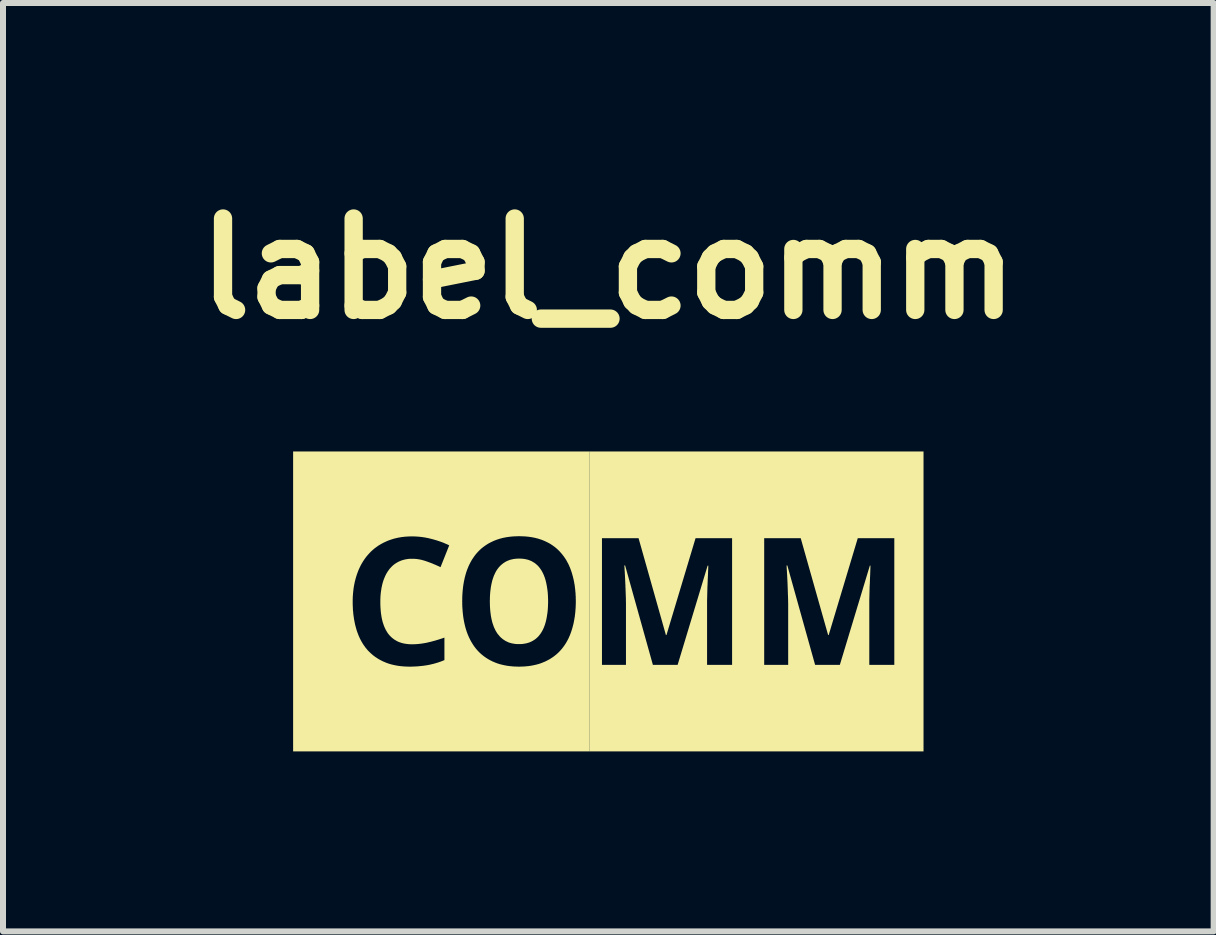
<source format=kicad_pcb>
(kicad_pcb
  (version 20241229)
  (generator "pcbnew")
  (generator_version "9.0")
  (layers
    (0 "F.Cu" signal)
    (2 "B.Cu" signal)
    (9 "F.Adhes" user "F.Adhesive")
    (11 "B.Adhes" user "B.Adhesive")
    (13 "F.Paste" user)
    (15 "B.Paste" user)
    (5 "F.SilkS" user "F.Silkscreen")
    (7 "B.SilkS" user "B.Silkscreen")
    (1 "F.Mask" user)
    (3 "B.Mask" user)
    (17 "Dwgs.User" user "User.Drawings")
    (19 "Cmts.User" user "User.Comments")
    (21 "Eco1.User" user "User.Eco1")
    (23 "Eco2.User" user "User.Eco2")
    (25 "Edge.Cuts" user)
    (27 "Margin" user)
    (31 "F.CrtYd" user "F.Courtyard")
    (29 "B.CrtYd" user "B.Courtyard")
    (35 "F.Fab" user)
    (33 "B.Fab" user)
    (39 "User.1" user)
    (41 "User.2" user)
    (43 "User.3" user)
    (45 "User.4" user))
  (footprint "label_comm"
    (layer "F.Cu")
    (at 7.09 6.975)
    (property "Reference" "label_comm" (at 0 -5.548 0) (layer "F.SilkS") (effects (font (size 1.524 1.524) (thickness 0.305))))
    (attr smd)
    (fp_poly (pts (xy -0.318 -2.5) (xy -0.106 -1.054) (xy 0.504 -1.054) (xy 0.96 0.561) (xy 0.969 0.561) (xy 1.454 -1.054) (xy 2.063 -1.054) (xy 2.063 1.058) (xy 1.646 1.058) (xy 1.646 0.058) (xy 1.646 -0.027) (xy 1.647 -0.039) (xy 1.647 -0.051) (xy 1.647 -0.063) (xy 1.648 -0.076) (xy 1.648 -0.089) (xy 1.648 -0.102) (xy 1.649 -0.115) (xy 1.649 -0.128) (xy 1.649 -0.142) (xy 1.65 -0.155) (xy 1.65 -0.168) (xy 1.65 -0.182) (xy 1.651 -0.195) (xy 1.651 -0.209) (xy 1.651 -0.223) (xy 1.652 -0.236) (xy 1.652 -0.25) (xy 1.653 -0.263) (xy 1.654 -0.277) (xy 1.654 -0.29) (xy 1.655 -0.304) (xy 1.655 -0.317) (xy 1.656 -0.33) (xy 1.656 -0.343) (xy 1.657 -0.357) (xy 1.657 -0.37) (xy 1.658 -0.384) (xy 1.659 -0.398) (xy 1.659 -0.411) (xy 1.66 -0.425) (xy 1.661 -0.439) (xy 1.661 -0.453) (xy 1.662 -0.467) (xy 1.662 -0.481) (xy 1.663 -0.495) (xy 1.663 -0.51) (xy 1.664 -0.524) (xy 1.665 -0.538) (xy 1.665 -0.553) (xy 1.666 -0.567) (xy 1.666 -0.582) (xy 1.667 -0.596) (xy 1.655 -0.596) (xy 1.155 1.058) (xy 0.743 1.058) (xy 0.28 -0.599) (xy 0.267 -0.599) (xy 0.268 -0.585) (xy 0.269 -0.571) (xy 0.27 -0.557) (xy 0.271 -0.543) (xy 0.271 -0.529) (xy 0.272 -0.516) (xy 0.273 -0.502) (xy 0.274 -0.488) (xy 0.275 -0.475) (xy 0.275 -0.461) (xy 0.276 -0.448) (xy 0.277 -0.434) (xy 0.278 -0.421) (xy 0.278 -0.408) (xy 0.279 -0.394) (xy 0.28 -0.381) (xy 0.28 -0.368) (xy 0.281 -0.355) (xy 0.281 -0.341) (xy 0.282 -0.328) (xy 0.283 -0.315) (xy 0.283 -0.301) (xy 0.284 -0.287) (xy 0.285 -0.274) (xy 0.285 -0.26) (xy 0.285 -0.246) (xy 0.286 -0.232) (xy 0.287 -0.218) (xy 0.287 -0.204) (xy 0.288 -0.19) (xy 0.288 -0.176) (xy 0.289 -0.162) (xy 0.289 -0.148) (xy 0.29 -0.135) (xy 0.29 -0.121) (xy 0.291 -0.107) (xy 0.291 -0.094) (xy 0.292 -0.08) (xy 0.292 -0.067) (xy 0.293 -0.054) (xy 0.293 -0.041) (xy 0.293 -0.028) (xy 0.293 -0.015) (xy 0.293 -0.001) (xy 0.294 0.013) (xy 0.294 0.026) (xy 0.294 0.039) (xy 0.294 0.052) (xy 0.294 0.064) (xy 0.294 0.076) (xy 0.294 1.058) (xy -0.106 1.058) (xy -0.106 -1.054) (xy -0.106 -1.054) (xy -0.318 -2.5) (xy 2.598 -1.054) (xy 3.207 -1.054) (xy 3.664 0.561) (xy 3.673 0.561) (xy 4.158 -1.054) (xy 4.767 -1.054) (xy 4.767 1.058) (xy 4.35 1.058) (xy 4.35 0.058) (xy 4.35 -0.027) (xy 4.35 -0.039) (xy 4.351 -0.051) (xy 4.351 -0.063) (xy 4.351 -0.076) (xy 4.352 -0.089) (xy 4.352 -0.102) (xy 4.352 -0.115) (xy 4.353 -0.128) (xy 4.353 -0.142) (xy 4.353 -0.155) (xy 4.354 -0.168) (xy 4.354 -0.182) (xy 4.354 -0.195) (xy 4.355 -0.209) (xy 4.355 -0.223) (xy 4.355 -0.236) (xy 4.356 -0.25) (xy 4.357 -0.263) (xy 4.357 -0.277) (xy 4.358 -0.29) (xy 4.359 -0.304) (xy 4.359 -0.317) (xy 4.36 -0.33) (xy 4.36 -0.343) (xy 4.361 -0.357) (xy 4.361 -0.37) (xy 4.362 -0.384) (xy 4.362 -0.398) (xy 4.363 -0.411) (xy 4.364 -0.425) (xy 4.364 -0.439) (xy 4.365 -0.453) (xy 4.365 -0.467) (xy 4.366 -0.481) (xy 4.366 -0.495) (xy 4.367 -0.51) (xy 4.367 -0.524) (xy 4.368 -0.538) (xy 4.368 -0.553) (xy 4.369 -0.567) (xy 4.369 -0.582) (xy 4.37 -0.596) (xy 4.359 -0.596) (xy 3.859 1.058) (xy 3.447 1.058) (xy 2.984 -0.599) (xy 2.971 -0.599) (xy 2.972 -0.585) (xy 2.973 -0.571) (xy 2.973 -0.557) (xy 2.974 -0.543) (xy 2.975 -0.529) (xy 2.976 -0.516) (xy 2.977 -0.502) (xy 2.978 -0.488) (xy 2.978 -0.475) (xy 2.979 -0.461) (xy 2.98 -0.448) (xy 2.981 -0.434) (xy 2.981 -0.421) (xy 2.982 -0.408) (xy 2.983 -0.394) (xy 2.983 -0.381) (xy 2.984 -0.368) (xy 2.985 -0.355) (xy 2.985 -0.341) (xy 2.986 -0.328) (xy 2.987 -0.315) (xy 2.987 -0.301) (xy 2.988 -0.287) (xy 2.988 -0.274) (xy 2.989 -0.26) (xy 2.989 -0.246) (xy 2.99 -0.232) (xy 2.99 -0.218) (xy 2.991 -0.204) (xy 2.991 -0.19) (xy 2.992 -0.176) (xy 2.992 -0.162) (xy 2.993 -0.148) (xy 2.993 -0.135) (xy 2.993 -0.121) (xy 2.994 -0.107) (xy 2.995 -0.094) (xy 2.995 -0.08) (xy 2.996 -0.067) (xy 2.996 -0.054) (xy 2.996 -0.041) (xy 2.997 -0.028) (xy 2.997 -0.015) (xy 2.997 -0.001) (xy 2.997 0.013) (xy 2.998 0.026) (xy 2.998 0.039) (xy 2.998 0.052) (xy 2.998 0.064) (xy 2.998 0.076) (xy 2.998 1.058) (xy 2.598 1.058) (xy 2.598 -1.054) (xy 2.598 -1.054) (xy -0.318 -2.5) (xy -0.318 2.5) (xy 5.254 2.5) (xy 5.254 -2.5) (xy -0.318 -2.5)) (stroke (width 0) (type solid)) (fill yes) (layer "F.SilkS"))
    (fp_poly (pts (xy -1.486 -0.714) (xy -1.501 -0.714) (xy -1.515 -0.713) (xy -1.53 -0.713) (xy -1.544 -0.711) (xy -1.557 -0.71) (xy -1.571 -0.708) (xy -1.584 -0.706) (xy -1.597 -0.703) (xy -1.61 -0.7) (xy -1.623 -0.697) (xy -1.635 -0.694) (xy -1.647 -0.69) (xy -1.659 -0.685) (xy -1.671 -0.681) (xy -1.682 -0.676) (xy -1.694 -0.671) (xy -1.705 -0.665) (xy -1.716 -0.659) (xy -1.727 -0.652) (xy -1.738 -0.645) (xy -1.749 -0.638) (xy -1.759 -0.63) (xy -1.77 -0.622) (xy -1.779 -0.614) (xy -1.789 -0.605) (xy -1.799 -0.596) (xy -1.808 -0.587) (xy -1.817 -0.577) (xy -1.826 -0.567) (xy -1.834 -0.557) (xy -1.842 -0.546) (xy -1.85 -0.535) (xy -1.858 -0.524) (xy -1.864 -0.514) (xy -1.871 -0.503) (xy -1.877 -0.492) (xy -1.883 -0.481) (xy -1.888 -0.469) (xy -1.894 -0.458) (xy -1.899 -0.446) (xy -1.905 -0.434) (xy -1.91 -0.421) (xy -1.914 -0.409) (xy -1.919 -0.396) (xy -1.923 -0.383) (xy -1.928 -0.369) (xy -1.932 -0.356) (xy -1.936 -0.342) (xy -1.939 -0.328) (xy -1.943 -0.313) (xy -1.946 -0.298) (xy -1.949 -0.286) (xy -1.951 -0.274) (xy -1.953 -0.262) (xy -1.956 -0.25) (xy -1.958 -0.237) (xy -1.96 -0.224) (xy -1.961 -0.211) (xy -1.963 -0.198) (xy -1.965 -0.185) (xy -1.966 -0.172) (xy -1.968 -0.158) (xy -1.969 -0.145) (xy -1.97 -0.131) (xy -1.971 -0.117) (xy -1.972 -0.103) (xy -1.973 -0.089) (xy -1.973 -0.075) (xy -1.974 -0.06) (xy -1.974 -0.045) (xy -1.974 -0.031) (xy -1.975 -0.016) (xy -1.975 -0.001) (xy -1.975 0.014) (xy -1.974 0.029) (xy -1.974 0.044) (xy -1.974 0.058) (xy -1.973 0.073) (xy -1.973 0.087) (xy -1.972 0.101) (xy -1.971 0.116) (xy -1.97 0.129) (xy -1.969 0.143) (xy -1.968 0.157) (xy -1.966 0.17) (xy -1.965 0.184) (xy -1.963 0.197) (xy -1.961 0.21) (xy -1.96 0.223) (xy -1.958 0.236) (xy -1.956 0.249) (xy -1.953 0.261) (xy -1.951 0.274) (xy -1.949 0.286) (xy -1.946 0.298) (xy -1.943 0.312) (xy -1.939 0.327) (xy -1.936 0.341) (xy -1.932 0.354) (xy -1.928 0.368) (xy -1.923 0.381) (xy -1.919 0.394) (xy -1.914 0.407) (xy -1.91 0.42) (xy -1.905 0.432) (xy -1.899 0.444) (xy -1.894 0.456) (xy -1.888 0.467) (xy -1.883 0.479) (xy -1.877 0.49) (xy -1.871 0.501) (xy -1.864 0.511) (xy -1.858 0.522) (xy -1.85 0.534) (xy -1.841 0.545) (xy -1.832 0.556) (xy -1.823 0.567) (xy -1.814 0.578) (xy -1.805 0.588) (xy -1.795 0.598) (xy -1.785 0.607) (xy -1.774 0.616) (xy -1.764 0.625) (xy -1.753 0.633) (xy -1.741 0.641) (xy -1.73 0.648) (xy -1.718 0.656) (xy -1.706 0.662) (xy -1.695 0.668) (xy -1.684 0.673) (xy -1.673 0.678) (xy -1.662 0.683) (xy -1.65 0.687) (xy -1.638 0.691) (xy -1.625 0.694) (xy -1.613 0.698) (xy -1.6 0.7) (xy -1.587 0.703) (xy -1.574 0.705) (xy -1.561 0.707) (xy -1.547 0.709) (xy -1.533 0.71) (xy -1.519 0.711) (xy -1.504 0.711) (xy -1.49 0.711) (xy -1.475 0.711) (xy -1.46 0.711) (xy -1.445 0.71) (xy -1.431 0.709) (xy -1.417 0.707) (xy -1.403 0.705) (xy -1.39 0.703) (xy -1.377 0.7) (xy -1.364 0.698) (xy -1.351 0.694) (xy -1.339 0.691) (xy -1.327 0.687) (xy -1.315 0.683) (xy -1.303 0.678) (xy -1.292 0.673) (xy -1.281 0.668) (xy -1.27 0.662) (xy -1.258 0.656) (xy -1.246 0.648) (xy -1.234 0.641) (xy -1.223 0.633) (xy -1.212 0.625) (xy -1.201 0.616) (xy -1.191 0.607) (xy -1.181 0.598) (xy -1.171 0.588) (xy -1.162 0.578) (xy -1.153 0.567) (xy -1.144 0.556) (xy -1.136 0.545) (xy -1.128 0.534) (xy -1.12 0.522) (xy -1.113 0.511) (xy -1.107 0.501) (xy -1.101 0.49) (xy -1.095 0.479) (xy -1.089 0.467) (xy -1.084 0.456) (xy -1.079 0.444) (xy -1.073 0.432) (xy -1.069 0.42) (xy -1.064 0.407) (xy -1.059 0.394) (xy -1.055 0.381) (xy -1.051 0.368) (xy -1.047 0.354) (xy -1.043 0.341) (xy -1.04 0.327) (xy -1.036 0.312) (xy -1.033 0.298) (xy -1.031 0.286) (xy -1.028 0.274) (xy -1.026 0.261) (xy -1.024 0.249) (xy -1.022 0.236) (xy -1.02 0.223) (xy -1.018 0.21) (xy -1.016 0.197) (xy -1.014 0.184) (xy -1.013 0.17) (xy -1.011 0.157) (xy -1.01 0.143) (xy -1.009 0.129) (xy -1.008 0.116) (xy -1.007 0.101) (xy -1.006 0.087) (xy -1.006 0.073) (xy -1.005 0.058) (xy -1.005 0.044) (xy -1.004 0.029) (xy -1.004 0.014) (xy -1.004 -0.001) (xy -1.004 -0.016) (xy -1.004 -0.031) (xy -1.005 -0.045) (xy -1.005 -0.06) (xy -1.006 -0.075) (xy -1.006 -0.089) (xy -1.007 -0.103) (xy -1.008 -0.117) (xy -1.009 -0.131) (xy -1.01 -0.145) (xy -1.011 -0.158) (xy -1.013 -0.172) (xy -1.014 -0.185) (xy -1.016 -0.198) (xy -1.018 -0.211) (xy -1.02 -0.224) (xy -1.022 -0.237) (xy -1.024 -0.25) (xy -1.026 -0.262) (xy -1.028 -0.274) (xy -1.031 -0.286) (xy -1.033 -0.298) (xy -1.036 -0.313) (xy -1.04 -0.328) (xy -1.043 -0.342) (xy -1.047 -0.356) (xy -1.051 -0.369) (xy -1.055 -0.383) (xy -1.059 -0.396) (xy -1.064 -0.409) (xy -1.069 -0.421) (xy -1.073 -0.434) (xy -1.079 -0.446) (xy -1.084 -0.458) (xy -1.089 -0.469) (xy -1.095 -0.481) (xy -1.101 -0.492) (xy -1.107 -0.503) (xy -1.113 -0.514) (xy -1.12 -0.524) (xy -1.128 -0.536) (xy -1.136 -0.548) (xy -1.144 -0.559) (xy -1.153 -0.57) (xy -1.162 -0.581) (xy -1.171 -0.591) (xy -1.181 -0.601) (xy -1.191 -0.61) (xy -1.201 -0.619) (xy -1.212 -0.628) (xy -1.222 -0.636) (xy -1.234 -0.644) (xy -1.245 -0.651) (xy -1.257 -0.658) (xy -1.269 -0.665) (xy -1.279 -0.671) (xy -1.291 -0.676) (xy -1.302 -0.681) (xy -1.313 -0.685) (xy -1.325 -0.69) (xy -1.337 -0.694) (xy -1.35 -0.697) (xy -1.362 -0.7) (xy -1.375 -0.703) (xy -1.388 -0.706) (xy -1.401 -0.708) (xy -1.415 -0.71) (xy -1.429 -0.711) (xy -1.443 -0.713) (xy -1.457 -0.713) (xy -1.472 -0.714) (xy -1.486 -0.714)) (stroke (width 0) (type solid)) (fill yes) (layer "F.SilkS"))
    (fp_poly (pts (xy -3.27 -1.084) (xy -1.486 -1.087) (xy -1.471 -1.087) (xy -1.455 -1.086) (xy -1.44 -1.086) (xy -1.425 -1.085) (xy -1.41 -1.085) (xy -1.395 -1.084) (xy -1.38 -1.083) (xy -1.365 -1.082) (xy -1.351 -1.08) (xy -1.337 -1.079) (xy -1.322 -1.077) (xy -1.308 -1.075) (xy -1.294 -1.073) (xy -1.281 -1.071) (xy -1.267 -1.069) (xy -1.253 -1.066) (xy -1.24 -1.063) (xy -1.227 -1.061) (xy -1.214 -1.058) (xy -1.201 -1.054) (xy -1.188 -1.051) (xy -1.175 -1.048) (xy -1.162 -1.044) (xy -1.15 -1.04) (xy -1.138 -1.036) (xy -1.125 -1.032) (xy -1.113 -1.028) (xy -1.101 -1.023) (xy -1.09 -1.019) (xy -1.078 -1.014) (xy -1.066 -1.009) (xy -1.053 -1.003) (xy -1.04 -0.997) (xy -1.028 -0.991) (xy -1.015 -0.985) (xy -1.003 -0.978) (xy -0.99 -0.972) (xy -0.978 -0.965) (xy -0.966 -0.958) (xy -0.955 -0.951) (xy -0.943 -0.943) (xy -0.932 -0.936) (xy -0.921 -0.928) (xy -0.91 -0.92) (xy -0.899 -0.912) (xy -0.888 -0.904) (xy -0.878 -0.895) (xy -0.867 -0.886) (xy -0.857 -0.878) (xy -0.847 -0.868) (xy -0.837 -0.859) (xy -0.828 -0.85) (xy -0.818 -0.84) (xy -0.809 -0.831) (xy -0.8 -0.821) (xy -0.791 -0.81) (xy -0.782 -0.8) (xy -0.773 -0.79) (xy -0.765 -0.779) (xy -0.757 -0.769) (xy -0.749 -0.759) (xy -0.741 -0.748) (xy -0.733 -0.737) (xy -0.726 -0.726) (xy -0.718 -0.715) (xy -0.711 -0.704) (xy -0.704 -0.693) (xy -0.697 -0.681) (xy -0.691 -0.669) (xy -0.684 -0.657) (xy -0.678 -0.645) (xy -0.671 -0.633) (xy -0.665 -0.621) (xy -0.659 -0.609) (xy -0.654 -0.596) (xy -0.648 -0.583) (xy -0.642 -0.57) (xy -0.637 -0.557) (xy -0.632 -0.544) (xy -0.627 -0.531) (xy -0.622 -0.517) (xy -0.617 -0.503) (xy -0.613 -0.49) (xy -0.608 -0.476) (xy -0.604 -0.462) (xy -0.6 -0.447) (xy -0.597 -0.435) (xy -0.593 -0.423) (xy -0.59 -0.411) (xy -0.587 -0.398) (xy -0.584 -0.386) (xy -0.581 -0.373) (xy -0.578 -0.361) (xy -0.575 -0.348) (xy -0.573 -0.335) (xy -0.57 -0.322) (xy -0.568 -0.309) (xy -0.566 -0.296) (xy -0.563 -0.283) (xy -0.561 -0.27) (xy -0.559 -0.256) (xy -0.558 -0.243) (xy -0.556 -0.229) (xy -0.554 -0.216) (xy -0.553 -0.202) (xy -0.551 -0.188) (xy -0.55 -0.174) (xy -0.549 -0.16) (xy -0.547 -0.146) (xy -0.546 -0.132) (xy -0.546 -0.118) (xy -0.545 -0.103) (xy -0.544 -0.089) (xy -0.543 -0.075) (xy -0.543 -0.06) (xy -0.543 -0.045) (xy -0.542 -0.031) (xy -0.542 -0.016) (xy -0.542 -0.001) (xy -0.542 0.014) (xy -0.542 0.03) (xy -0.543 0.045) (xy -0.543 0.06) (xy -0.544 0.074) (xy -0.544 0.089) (xy -0.545 0.104) (xy -0.546 0.119) (xy -0.547 0.133) (xy -0.548 0.147) (xy -0.549 0.162) (xy -0.55 0.176) (xy -0.552 0.19) (xy -0.553 0.204) (xy -0.555 0.218) (xy -0.557 0.232) (xy -0.558 0.246) (xy -0.56 0.26) (xy -0.563 0.274) (xy -0.565 0.287) (xy -0.567 0.301) (xy -0.57 0.314) (xy -0.572 0.328) (xy -0.575 0.341) (xy -0.577 0.354) (xy -0.58 0.367) (xy -0.583 0.38) (xy -0.586 0.393) (xy -0.59 0.406) (xy -0.593 0.419) (xy -0.596 0.431) (xy -0.6 0.444) (xy -0.604 0.458) (xy -0.608 0.472) (xy -0.613 0.486) (xy -0.617 0.5) (xy -0.622 0.514) (xy -0.627 0.527) (xy -0.632 0.541) (xy -0.637 0.554) (xy -0.642 0.567) (xy -0.648 0.58) (xy -0.654 0.593) (xy -0.659 0.606) (xy -0.665 0.618) (xy -0.671 0.63) (xy -0.678 0.643) (xy -0.684 0.655) (xy -0.691 0.667) (xy -0.697 0.678) (xy -0.704 0.69) (xy -0.711 0.701) (xy -0.718 0.713) (xy -0.726 0.724) (xy -0.733 0.735) (xy -0.741 0.746) (xy -0.749 0.757) (xy -0.757 0.767) (xy -0.765 0.778) (xy -0.773 0.788) (xy -0.782 0.798) (xy -0.791 0.809) (xy -0.8 0.819) (xy -0.809 0.829) (xy -0.819 0.839) (xy -0.828 0.848) (xy -0.838 0.858) (xy -0.848 0.867) (xy -0.858 0.876) (xy -0.868 0.885) (xy -0.879 0.893) (xy -0.889 0.902) (xy -0.9 0.91) (xy -0.911 0.919) (xy -0.922 0.926) (xy -0.933 0.934) (xy -0.945 0.942) (xy -0.957 0.949) (xy -0.968 0.957) (xy -0.98 0.964) (xy -0.993 0.971) (xy -1.005 0.977) (xy -1.017 0.984) (xy -1.03 0.99) (xy -1.043 0.997) (xy -1.056 1.003) (xy -1.069 1.008) (xy -1.081 1.013) (xy -1.092 1.018) (xy -1.104 1.023) (xy -1.116 1.027) (xy -1.128 1.032) (xy -1.14 1.036) (xy -1.153 1.04) (xy -1.165 1.044) (xy -1.178 1.047) (xy -1.191 1.051) (xy -1.203 1.054) (xy -1.216 1.057) (xy -1.23 1.06) (xy -1.243 1.063) (xy -1.256 1.066) (xy -1.27 1.068) (xy -1.284 1.071) (xy -1.297 1.073) (xy -1.311 1.075) (xy -1.326 1.077) (xy -1.34 1.079) (xy -1.354 1.08) (xy -1.369 1.081) (xy -1.383 1.083) (xy -1.398 1.084) (xy -1.413 1.085) (xy -1.428 1.085) (xy -1.443 1.086) (xy -1.459 1.086) (xy -1.474 1.087) (xy -1.49 1.087) (xy -1.505 1.087) (xy -1.521 1.086) (xy -1.536 1.086) (xy -1.551 1.085) (xy -1.566 1.085) (xy -1.581 1.084) (xy -1.596 1.083) (xy -1.611 1.081) (xy -1.625 1.08) (xy -1.64 1.079) (xy -1.654 1.077) (xy -1.668 1.075) (xy -1.682 1.073) (xy -1.696 1.071) (xy -1.71 1.068) (xy -1.723 1.066) (xy -1.737 1.063) (xy -1.75 1.06) (xy -1.763 1.057) (xy -1.776 1.054) (xy -1.789 1.051) (xy -1.802 1.047) (xy -1.815 1.044) (xy -1.827 1.04) (xy -1.84 1.036) (xy -1.852 1.032) (xy -1.864 1.027) (xy -1.876 1.023) (xy -1.888 1.018) (xy -1.9 1.013) (xy -1.911 1.008) (xy -1.924 1.003) (xy -1.937 0.997) (xy -1.95 0.99) (xy -1.963 0.984) (xy -1.975 0.977) (xy -1.987 0.971) (xy -1.999 0.964) (xy -2.011 0.957) (xy -2.023 0.949) (xy -2.035 0.942) (xy -2.046 0.934) (xy -2.057 0.926) (xy -2.068 0.919) (xy -2.079 0.91) (xy -2.09 0.902) (xy -2.1 0.893) (xy -2.111 0.885) (xy -2.121 0.876) (xy -2.131 0.867) (xy -2.141 0.858) (xy -2.151 0.848) (xy -2.16 0.839) (xy -2.17 0.829) (xy -2.179 0.819) (xy -2.188 0.809) (xy -2.197 0.798) (xy -2.206 0.788) (xy -2.214 0.778) (xy -2.222 0.767) (xy -2.23 0.757) (xy -2.238 0.746) (xy -2.245 0.735) (xy -2.253 0.724) (xy -2.26 0.713) (xy -2.267 0.701) (xy -2.274 0.69) (xy -2.281 0.678) (xy -2.288 0.667) (xy -2.294 0.655) (xy -2.301 0.643) (xy -2.307 0.63) (xy -2.313 0.618) (xy -2.319 0.606) (xy -2.325 0.593) (xy -2.331 0.58) (xy -2.336 0.567) (xy -2.342 0.554) (xy -2.347 0.541) (xy -2.352 0.527) (xy -2.357 0.514) (xy -2.362 0.5) (xy -2.366 0.486) (xy -2.371 0.472) (xy -2.375 0.458) (xy -2.379 0.444) (xy -2.383 0.432) (xy -2.386 0.419) (xy -2.389 0.407) (xy -2.392 0.394) (xy -2.395 0.382) (xy -2.398 0.369) (xy -2.401 0.356) (xy -2.403 0.343) (xy -2.406 0.331) (xy -2.408 0.318) (xy -2.411 0.304) (xy -2.413 0.291) (xy -2.415 0.278) (xy -2.417 0.265) (xy -2.419 0.251) (xy -2.421 0.238) (xy -2.422 0.224) (xy -2.424 0.211) (xy -2.425 0.197) (xy -2.427 0.183) (xy -2.428 0.169) (xy -2.429 0.155) (xy -2.43 0.141) (xy -2.431 0.127) (xy -2.432 0.113) (xy -2.433 0.099) (xy -2.434 0.084) (xy -2.434 0.07) (xy -2.435 0.055) (xy -2.435 0.041) (xy -2.435 0.026) (xy -2.435 0.011) (xy -2.436 -0.004) (xy -2.435 -0.019) (xy -2.435 -0.034) (xy -2.435 -0.049) (xy -2.435 -0.064) (xy -2.434 -0.079) (xy -2.434 -0.094) (xy -2.433 -0.109) (xy -2.432 -0.123) (xy -2.431 -0.138) (xy -2.43 -0.153) (xy -2.429 -0.167) (xy -2.428 -0.181) (xy -2.426 -0.195) (xy -2.425 -0.21) (xy -2.423 -0.224) (xy -2.422 -0.238) (xy -2.42 -0.251) (xy -2.418 -0.265) (xy -2.416 -0.279) (xy -2.414 -0.292) (xy -2.411 -0.306) (xy -2.409 -0.319) (xy -2.407 -0.333) (xy -2.404 -0.346) (xy -2.401 -0.359) (xy -2.398 -0.372) (xy -2.396 -0.385) (xy -2.393 -0.398) (xy -2.389 -0.411) (xy -2.386 -0.423) (xy -2.383 -0.436) (xy -2.379 -0.448) (xy -2.375 -0.463) (xy -2.371 -0.477) (xy -2.366 -0.491) (xy -2.362 -0.505) (xy -2.357 -0.518) (xy -2.352 -0.532) (xy -2.347 -0.545) (xy -2.341 -0.558) (xy -2.336 -0.571) (xy -2.331 -0.584) (xy -2.325 -0.597) (xy -2.319 -0.61) (xy -2.313 -0.622) (xy -2.307 -0.634) (xy -2.3 -0.647) (xy -2.294 -0.659) (xy -2.287 -0.67) (xy -2.281 -0.682) (xy -2.274 -0.694) (xy -2.267 -0.705) (xy -2.259 -0.716) (xy -2.252 -0.727) (xy -2.244 -0.738) (xy -2.237 -0.749) (xy -2.229 -0.76) (xy -2.221 -0.77) (xy -2.213 -0.781) (xy -2.205 -0.791) (xy -2.196 -0.801) (xy -2.187 -0.811) (xy -2.178 -0.821) (xy -2.169 -0.831) (xy -2.159 -0.841) (xy -2.15 -0.85) (xy -2.14 -0.86) (xy -2.13 -0.869) (xy -2.12 -0.878) (xy -2.11 -0.887) (xy -2.099 -0.895) (xy -2.089 -0.904) (xy -2.078 -0.912) (xy -2.067 -0.92) (xy -2.056 -0.928) (xy -2.044 -0.936) (xy -2.033 -0.943) (xy -2.021 -0.951) (xy -2.01 -0.958) (xy -1.998 -0.965) (xy -1.986 -0.972) (xy -1.973 -0.978) (xy -1.961 -0.985) (xy -1.948 -0.991) (xy -1.936 -0.997) (xy -1.923 -1.003) (xy -1.91 -1.009) (xy -1.898 -1.014) (xy -1.886 -1.019) (xy -1.874 -1.023) (xy -1.862 -1.028) (xy -1.85 -1.032) (xy -1.838 -1.036) (xy -1.825 -1.04) (xy -1.813 -1.044) (xy -1.8 -1.048) (xy -1.787 -1.051) (xy -1.774 -1.054) (xy -1.761 -1.058) (xy -1.748 -1.061) (xy -1.735 -1.063) (xy -1.721 -1.066) (xy -1.707 -1.069) (xy -1.694 -1.071) (xy -1.68 -1.073) (xy -1.666 -1.075) (xy -1.651 -1.077) (xy -1.637 -1.079) (xy -1.623 -1.08) (xy -1.608 -1.082) (xy -1.593 -1.083) (xy -1.578 -1.084) (xy -1.563 -1.085) (xy -1.548 -1.085) (xy -1.533 -1.086) (xy -1.518 -1.086) (xy -1.502 -1.087) (xy -1.486 -1.087) (xy -3.27 -1.084) (xy -5.254 -2.5) (xy -5.254 2.5) (xy -0.318 2.5) (xy -0.318 -2.5) (xy -5.254 -2.5) (xy -3.27 -1.084) (xy -3.256 -1.084) (xy -3.243 -1.084) (xy -3.229 -1.083) (xy -3.215 -1.083) (xy -3.202 -1.082) (xy -3.188 -1.081) (xy -3.174 -1.08) (xy -3.161 -1.079) (xy -3.147 -1.078) (xy -3.133 -1.076) (xy -3.12 -1.075) (xy -3.106 -1.073) (xy -3.092 -1.071) (xy -3.079 -1.069) (xy -3.065 -1.067) (xy -3.051 -1.065) (xy -3.037 -1.062) (xy -3.024 -1.059) (xy -3.01 -1.057) (xy -2.996 -1.054) (xy -2.983 -1.05) (xy -2.969 -1.047) (xy -2.955 -1.044) (xy -2.942 -1.04) (xy -2.928 -1.037) (xy -2.914 -1.033) (xy -2.901 -1.029) (xy -2.887 -1.025) (xy -2.873 -1.021) (xy -2.86 -1.017) (xy -2.847 -1.013) (xy -2.833 -1.008) (xy -2.82 -1.004) (xy -2.807 -0.999) (xy -2.794 -0.995) (xy -2.78 -0.99) (xy -2.767 -0.985) (xy -2.754 -0.98) (xy -2.741 -0.975) (xy -2.728 -0.969) (xy -2.716 -0.964) (xy -2.703 -0.958) (xy -2.69 -0.953) (xy -2.677 -0.947) (xy -2.665 -0.941) (xy -2.652 -0.935) (xy -2.797 -0.571) (xy -2.809 -0.577) (xy -2.822 -0.583) (xy -2.834 -0.589) (xy -2.846 -0.594) (xy -2.859 -0.6) (xy -2.871 -0.605) (xy -2.884 -0.611) (xy -2.897 -0.616) (xy -2.909 -0.621) (xy -2.922 -0.627) (xy -2.934 -0.632) (xy -2.947 -0.637) (xy -2.959 -0.642) (xy -2.972 -0.646) (xy -2.984 -0.651) (xy -2.997 -0.656) (xy -3.01 -0.66) (xy -3.022 -0.665) (xy -3.035 -0.669) (xy -3.048 -0.674) (xy -3.061 -0.678) (xy -3.075 -0.682) (xy -3.088 -0.686) (xy -3.101 -0.689) (xy -3.114 -0.693) (xy -3.127 -0.696) (xy -3.14 -0.698) (xy -3.153 -0.701) (xy -3.167 -0.703) (xy -3.18 -0.705) (xy -3.193 -0.707) (xy -3.206 -0.708) (xy -3.219 -0.709) (xy -3.231 -0.71) (xy -3.244 -0.711) (xy -3.257 -0.711) (xy -3.27 -0.711) (xy -3.285 -0.711) (xy -3.3 -0.711) (xy -3.315 -0.71) (xy -3.329 -0.709) (xy -3.343 -0.707) (xy -3.357 -0.705) (xy -3.371 -0.703) (xy -3.385 -0.7) (xy -3.398 -0.697) (xy -3.411 -0.694) (xy -3.424 -0.69) (xy -3.437 -0.686) (xy -3.45 -0.682) (xy -3.462 -0.677) (xy -3.474 -0.672) (xy -3.486 -0.667) (xy -3.498 -0.661) (xy -3.51 -0.655) (xy -3.522 -0.648) (xy -3.534 -0.641) (xy -3.545 -0.634) (xy -3.557 -0.626) (xy -3.568 -0.618) (xy -3.578 -0.61) (xy -3.589 -0.601) (xy -3.599 -0.592) (xy -3.609 -0.582) (xy -3.619 -0.572) (xy -3.628 -0.562) (xy -3.638 -0.552) (xy -3.647 -0.541) (xy -3.656 -0.529) (xy -3.664 -0.518) (xy -3.671 -0.507) (xy -3.679 -0.497) (xy -3.685 -0.486) (xy -3.692 -0.475) (xy -3.699 -0.463) (xy -3.705 -0.452) (xy -3.711 -0.44) (xy -3.717 -0.428) (xy -3.723 -0.415) (xy -3.728 -0.402) (xy -3.734 -0.389) (xy -3.739 -0.376) (xy -3.744 -0.363) (xy -3.749 -0.349) (xy -3.753 -0.335) (xy -3.758 -0.321) (xy -3.762 -0.306) (xy -3.766 -0.291) (xy -3.769 -0.279) (xy -3.772 -0.267) (xy -3.774 -0.254) (xy -3.777 -0.242) (xy -3.78 -0.229) (xy -3.782 -0.216) (xy -3.784 -0.203) (xy -3.786 -0.19) (xy -3.788 -0.177) (xy -3.79 -0.164) (xy -3.792 -0.15) (xy -3.793 -0.136) (xy -3.795 -0.122) (xy -3.796 -0.109) (xy -3.797 -0.094) (xy -3.798 -0.08) (xy -3.799 -0.066) (xy -3.799 -0.051) (xy -3.8 -0.037) (xy -3.8 -0.022) (xy -3.8 -0.007) (xy -3.8 0.008) (xy -3.8 0.023) (xy -3.8 0.038) (xy -3.8 0.053) (xy -3.799 0.068) (xy -3.799 0.083) (xy -3.798 0.097) (xy -3.797 0.112) (xy -3.796 0.126) (xy -3.795 0.14) (xy -3.794 0.154) (xy -3.793 0.168) (xy -3.791 0.181) (xy -3.79 0.195) (xy -3.788 0.208) (xy -3.786 0.221) (xy -3.784 0.234) (xy -3.782 0.247) (xy -3.78 0.259) (xy -3.778 0.272) (xy -3.775 0.284) (xy -3.773 0.296) (xy -3.77 0.308) (xy -3.766 0.323) (xy -3.763 0.337) (xy -3.759 0.351) (xy -3.754 0.365) (xy -3.75 0.378) (xy -3.745 0.391) (xy -3.741 0.404) (xy -3.736 0.417) (xy -3.73 0.43) (xy -3.725 0.442) (xy -3.719 0.454) (xy -3.714 0.465) (xy -3.708 0.477) (xy -3.701 0.488) (xy -3.695 0.499) (xy -3.688 0.51) (xy -3.682 0.52) (xy -3.675 0.531) (xy -3.666 0.542) (xy -3.658 0.552) (xy -3.649 0.563) (xy -3.64 0.573) (xy -3.631 0.582) (xy -3.621 0.592) (xy -3.611 0.601) (xy -3.601 0.61) (xy -3.59 0.618) (xy -3.58 0.626) (xy -3.569 0.634) (xy -3.558 0.641) (xy -3.546 0.648) (xy -3.534 0.655) (xy -3.522 0.662) (xy -3.51 0.668) (xy -3.499 0.673) (xy -3.487 0.678) (xy -3.475 0.682) (xy -3.463 0.686) (xy -3.451 0.69) (xy -3.438 0.694) (xy -3.426 0.697) (xy -3.413 0.7) (xy -3.399 0.703) (xy -3.386 0.705) (xy -3.372 0.707) (xy -3.358 0.709) (xy -3.344 0.711) (xy -3.33 0.712) (xy -3.315 0.713) (xy -3.3 0.714) (xy -3.285 0.714) (xy -3.27 0.714) (xy -3.257 0.714) (xy -3.243 0.714) (xy -3.23 0.713) (xy -3.216 0.713) (xy -3.202 0.712) (xy -3.189 0.711) (xy -3.175 0.71) (xy -3.162 0.709) (xy -3.148 0.707) (xy -3.135 0.706) (xy -3.121 0.704) (xy -3.108 0.702) (xy -3.094 0.7) (xy -3.081 0.698) (xy -3.067 0.696) (xy -3.054 0.693) (xy -3.04 0.691) (xy -3.027 0.688) (xy -3.013 0.685) (xy -3.001 0.682) (xy -2.988 0.679) (xy -2.976 0.676) (xy -2.963 0.673) (xy -2.95 0.67) (xy -2.937 0.666) (xy -2.924 0.663) (xy -2.911 0.659) (xy -2.898 0.656) (xy -2.884 0.652) (xy -2.871 0.648) (xy -2.858 0.644) (xy -2.844 0.64) (xy -2.83 0.636) (xy -2.816 0.631) (xy -2.803 0.627) (xy -2.789 0.622) (xy -2.774 0.618) (xy -2.76 0.613) (xy -2.746 0.608) (xy -2.732 0.603) (xy -2.732 0.978) (xy -2.744 0.983) (xy -2.757 0.988) (xy -2.769 0.993) (xy -2.782 0.998) (xy -2.794 1.003) (xy -2.807 1.007) (xy -2.819 1.011) (xy -2.832 1.016) (xy -2.844 1.02) (xy -2.856 1.023) (xy -2.869 1.027) (xy -2.881 1.031) (xy -2.894 1.034) (xy -2.906 1.038) (xy -2.918 1.041) (xy -2.931 1.044) (xy -2.944 1.047) (xy -2.956 1.05) (xy -2.969 1.053) (xy -2.982 1.056) (xy -2.994 1.058) (xy -3.007 1.061) (xy -3.02 1.063) (xy -3.033 1.065) (xy -3.046 1.067) (xy -3.059 1.069) (xy -3.072 1.071) (xy -3.086 1.073) (xy -3.099 1.074) (xy -3.113 1.076) (xy -3.126 1.077) (xy -3.14 1.078) (xy -3.153 1.08) (xy -3.166 1.081) (xy -3.178 1.082) (xy -3.191 1.083) (xy -3.204 1.084) (xy -3.217 1.084) (xy -3.23 1.085) (xy -3.243 1.085) (xy -3.256 1.086) (xy -3.27 1.086) (xy -3.284 1.087) (xy -3.298 1.087) (xy -3.312 1.087) (xy -3.328 1.087) (xy -3.343 1.086) (xy -3.359 1.086) (xy -3.374 1.085) (xy -3.389 1.085) (xy -3.404 1.084) (xy -3.419 1.083) (xy -3.434 1.081) (xy -3.448 1.08) (xy -3.463 1.079) (xy -3.477 1.077) (xy -3.491 1.075) (xy -3.505 1.073) (xy -3.519 1.071) (xy -3.533 1.068) (xy -3.547 1.066) (xy -3.56 1.063) (xy -3.574 1.06) (xy -3.587 1.057) (xy -3.6 1.054) (xy -3.613 1.051) (xy -3.626 1.047) (xy -3.639 1.044) (xy -3.651 1.04) (xy -3.664 1.036) (xy -3.676 1.032) (xy -3.688 1.027) (xy -3.7 1.023) (xy -3.712 1.018) (xy -3.724 1.013) (xy -3.735 1.008) (xy -3.748 1.003) (xy -3.761 0.997) (xy -3.774 0.99) (xy -3.787 0.984) (xy -3.8 0.977) (xy -3.812 0.971) (xy -3.824 0.964) (xy -3.836 0.957) (xy -3.848 0.949) (xy -3.859 0.942) (xy -3.871 0.934) (xy -3.882 0.927) (xy -3.893 0.919) (xy -3.904 0.911) (xy -3.915 0.902) (xy -3.926 0.894) (xy -3.936 0.885) (xy -3.946 0.876) (xy -3.957 0.867) (xy -3.966 0.858) (xy -3.976 0.849) (xy -3.986 0.839) (xy -3.995 0.83) (xy -4.005 0.82) (xy -4.014 0.81) (xy -4.023 0.799) (xy -4.031 0.789) (xy -4.04 0.779) (xy -4.048 0.769) (xy -4.056 0.758) (xy -4.063 0.747) (xy -4.071 0.737) (xy -4.079 0.726) (xy -4.086 0.715) (xy -4.093 0.704) (xy -4.1 0.692) (xy -4.107 0.681) (xy -4.114 0.669) (xy -4.12 0.657) (xy -4.127 0.645) (xy -4.133 0.633) (xy -4.139 0.621) (xy -4.145 0.609) (xy -4.151 0.596) (xy -4.156 0.583) (xy -4.162 0.571) (xy -4.167 0.558) (xy -4.172 0.544) (xy -4.177 0.531) (xy -4.182 0.518) (xy -4.187 0.504) (xy -4.192 0.49) (xy -4.196 0.477) (xy -4.2 0.463) (xy -4.204 0.448) (xy -4.208 0.436) (xy -4.211 0.423) (xy -4.214 0.411) (xy -4.218 0.398) (xy -4.221 0.385) (xy -4.224 0.372) (xy -4.226 0.359) (xy -4.229 0.346) (xy -4.232 0.333) (xy -4.234 0.319) (xy -4.237 0.306) (xy -4.239 0.293) (xy -4.241 0.279) (xy -4.243 0.265) (xy -4.245 0.252) (xy -4.247 0.238) (xy -4.249 0.224) (xy -4.25 0.21) (xy -4.252 0.196) (xy -4.253 0.182) (xy -4.254 0.167) (xy -4.256 0.153) (xy -4.257 0.139) (xy -4.258 0.124) (xy -4.258 0.109) (xy -4.259 0.095) (xy -4.26 0.08) (xy -4.26 0.065) (xy -4.261 0.05) (xy -4.261 0.035) (xy -4.261 0.02) (xy -4.261 0.005) (xy -4.261 -0.01) (xy -4.261 -0.025) (xy -4.261 -0.04) (xy -4.26 -0.055) (xy -4.26 -0.069) (xy -4.259 -0.084) (xy -4.258 -0.098) (xy -4.257 -0.113) (xy -4.256 -0.127) (xy -4.255 -0.141) (xy -4.253 -0.155) (xy -4.252 -0.169) (xy -4.25 -0.183) (xy -4.249 -0.197) (xy -4.247 -0.211) (xy -4.245 -0.225) (xy -4.243 -0.238) (xy -4.241 -0.252) (xy -4.238 -0.266) (xy -4.236 -0.279) (xy -4.233 -0.292) (xy -4.23 -0.306) (xy -4.228 -0.319) (xy -4.225 -0.332) (xy -4.221 -0.345) (xy -4.218 -0.358) (xy -4.215 -0.371) (xy -4.211 -0.384) (xy -4.208 -0.396) (xy -4.204 -0.409) (xy -4.2 -0.422) (xy -4.196 -0.434) (xy -4.192 -0.448) (xy -4.187 -0.461) (xy -4.182 -0.475) (xy -4.177 -0.488) (xy -4.172 -0.502) (xy -4.167 -0.515) (xy -4.161 -0.528) (xy -4.156 -0.541) (xy -4.15 -0.553) (xy -4.144 -0.566) (xy -4.138 -0.578) (xy -4.132 -0.591) (xy -4.126 -0.603) (xy -4.119 -0.615) (xy -4.113 -0.627) (xy -4.106 -0.638) (xy -4.099 -0.65) (xy -4.092 -0.662) (xy -4.085 -0.673) (xy -4.078 -0.684) (xy -4.07 -0.695) (xy -4.063 -0.706) (xy -4.055 -0.717) (xy -4.047 -0.728) (xy -4.039 -0.738) (xy -4.031 -0.749) (xy -4.022 -0.759) (xy -4.014 -0.769) (xy -4.005 -0.779) (xy -3.996 -0.789) (xy -3.987 -0.799) (xy -3.978 -0.809) (xy -3.968 -0.819) (xy -3.959 -0.829) (xy -3.949 -0.838) (xy -3.939 -0.847) (xy -3.929 -0.856) (xy -3.919 -0.865) (xy -3.908 -0.874) (xy -3.898 -0.883) (xy -3.887 -0.891) (xy -3.876 -0.899) (xy -3.865 -0.907) (xy -3.854 -0.915) (xy -3.843 -0.923) (xy -3.831 -0.931) (xy -3.82 -0.938) (xy -3.808 -0.945) (xy -3.796 -0.952) (xy -3.784 -0.959) (xy -3.772 -0.966) (xy -3.759 -0.972) (xy -3.747 -0.979) (xy -3.734 -0.985) (xy -3.721 -0.991) (xy -3.708 -0.997) (xy -3.695 -1.003) (xy -3.683 -1.008) (xy -3.672 -1.013) (xy -3.66 -1.017) (xy -3.648 -1.022) (xy -3.636 -1.026) (xy -3.624 -1.03) (xy -3.612 -1.034) (xy -3.599 -1.038) (xy -3.587 -1.042) (xy -3.574 -1.046) (xy -3.561 -1.049) (xy -3.549 -1.052) (xy -3.536 -1.055) (xy -3.523 -1.058) (xy -3.51 -1.061) (xy -3.496 -1.064) (xy -3.483 -1.066) (xy -3.47 -1.068) (xy -3.456 -1.071) (xy -3.442 -1.073) (xy -3.429 -1.074) (xy -3.415 -1.076) (xy -3.401 -1.078) (xy -3.387 -1.079) (xy -3.372 -1.08) (xy -3.358 -1.081) (xy -3.344 -1.082) (xy -3.329 -1.083) (xy -3.315 -1.083) (xy -3.3 -1.084) (xy -3.285 -1.084) (xy -3.27 -1.084) (xy -3.27 -1.084)) (stroke (width 0) (type solid)) (fill yes) (layer "F.SilkS")))
  (gr_rect
    (start -3 -3)
    (end 17.18 12.475)
    (stroke (width 0.1) (type default))
    (fill no)
    (layer "Edge.Cuts")))
</source>
